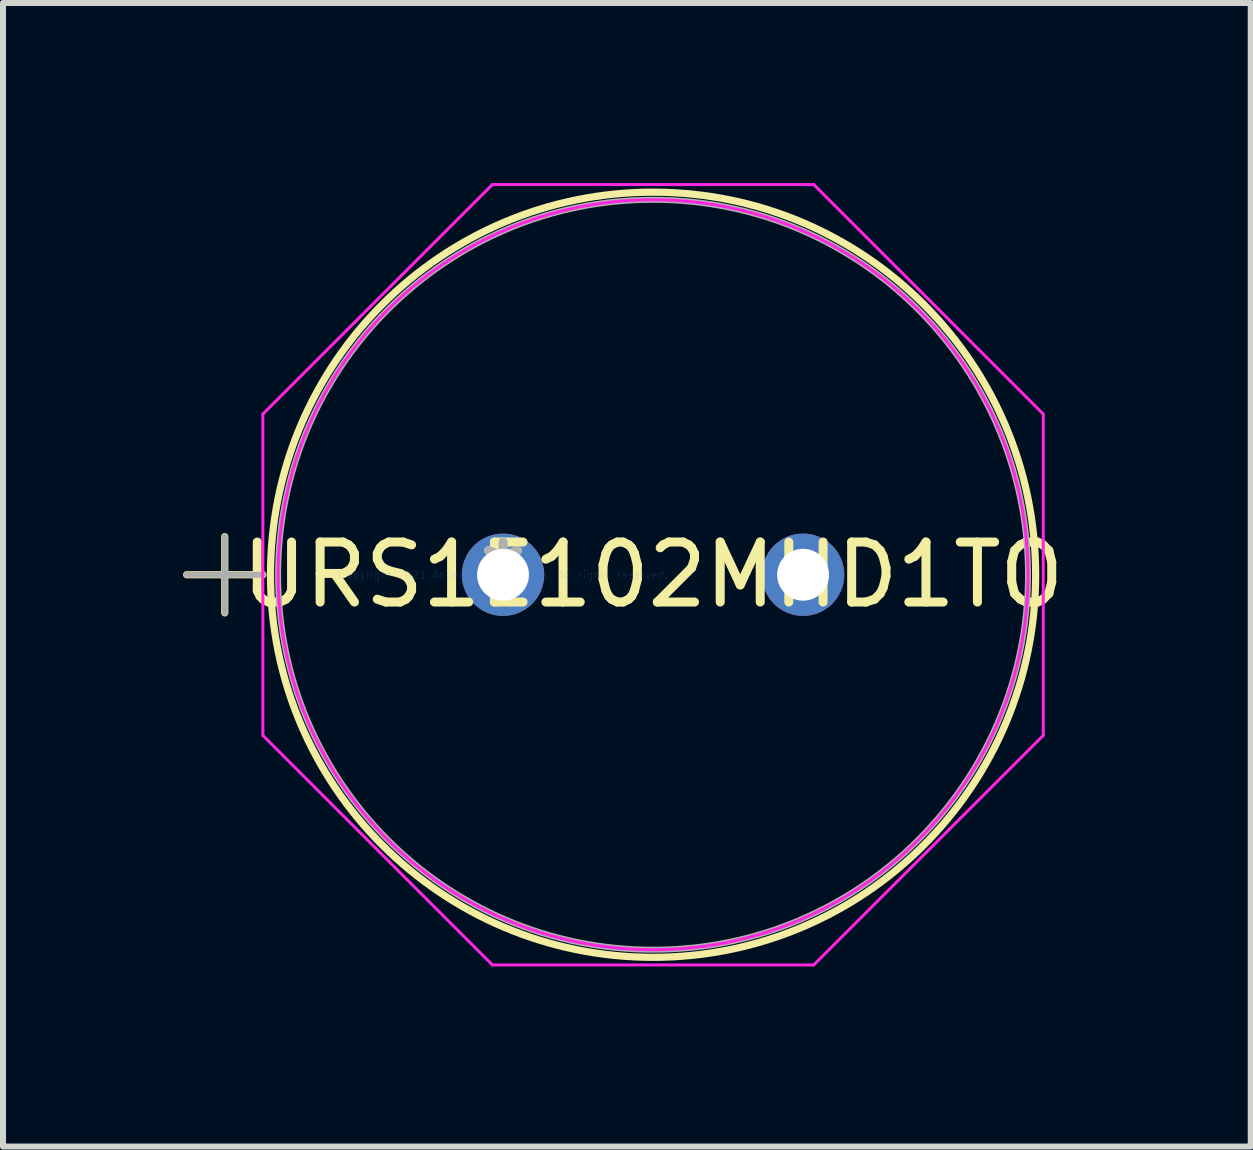
<source format=kicad_pcb>
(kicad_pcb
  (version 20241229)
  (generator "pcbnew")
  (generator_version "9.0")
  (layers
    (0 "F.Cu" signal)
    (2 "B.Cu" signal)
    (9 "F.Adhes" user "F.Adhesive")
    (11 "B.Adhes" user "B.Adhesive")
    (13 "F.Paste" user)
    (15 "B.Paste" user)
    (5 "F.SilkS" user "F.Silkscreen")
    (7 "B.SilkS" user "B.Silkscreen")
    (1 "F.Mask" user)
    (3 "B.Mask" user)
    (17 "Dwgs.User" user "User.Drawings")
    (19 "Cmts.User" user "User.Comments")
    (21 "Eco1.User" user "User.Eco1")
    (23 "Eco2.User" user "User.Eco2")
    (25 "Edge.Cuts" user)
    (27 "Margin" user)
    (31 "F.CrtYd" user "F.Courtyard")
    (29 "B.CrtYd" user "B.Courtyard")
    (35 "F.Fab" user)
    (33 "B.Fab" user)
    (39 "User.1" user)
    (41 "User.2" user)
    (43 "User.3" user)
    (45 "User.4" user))
  (footprint "URS1E102MHD1TO"
    (layer "F.Cu")
    (at 5.332 6.527)
    (property "Reference" "URS1E102MHD1TO" (at 2.5 0 0) (layer "F.SilkS") (effects (font (size 1 1) (thickness 0.15))))
    (attr through_hole)
    (fp_line (start -5.272 0) (end -4.002 0) (stroke (width 0.12) (type solid)) (layer "F.SilkS"))
    (fp_line (start -4.637 -0.635) (end -4.637 0.635) (stroke (width 0.12) (type solid)) (layer "F.SilkS"))
    (fp_circle (center 2.5 0) (end 8.875 0) (stroke (width 0.12) (type solid)) (fill no) (layer "F.SilkS"))
    (fp_line (start -4.002 -2.677) (end -0.177 -6.502) (stroke (width 0.05) (type solid)) (layer "F.CrtYd"))
    (fp_line (start -4.002 2.677) (end -4.002 -2.677) (stroke (width 0.05) (type solid)) (layer "F.CrtYd"))
    (fp_line (start -0.177 -6.502) (end 5.177 -6.502) (stroke (width 0.05) (type solid)) (layer "F.CrtYd"))
    (fp_line (start -0.177 6.502) (end -4.002 2.677) (stroke (width 0.05) (type solid)) (layer "F.CrtYd"))
    (fp_line (start 5.177 -6.502) (end 9.002 -2.677) (stroke (width 0.05) (type solid)) (layer "F.CrtYd"))
    (fp_line (start 5.177 6.502) (end -0.177 6.502) (stroke (width 0.05) (type solid)) (layer "F.CrtYd"))
    (fp_line (start 9.002 -2.677) (end 9.002 2.677) (stroke (width 0.05) (type solid)) (layer "F.CrtYd"))
    (fp_line (start 9.002 2.677) (end 5.177 6.502) (stroke (width 0.05) (type solid)) (layer "F.CrtYd"))
    (fp_circle (center 2.5 0) (end 8.748 0) (stroke (width 0.05) (type solid)) (fill no) (layer "F.CrtYd"))
    (fp_line (start -5.272 0) (end -4.002 0) (stroke (width 0.1) (type solid)) (layer "F.Fab"))
    (fp_line (start -4.637 -0.635) (end -4.637 0.635) (stroke (width 0.1) (type solid)) (layer "F.Fab"))
    (fp_circle (center 2.5 0) (end 8.748 0) (stroke (width 0.1) (type solid)) (fill no) (layer "F.Fab"))
    (fp_text user "*" (at 0 0 0) (layer "F.SilkS") (effects (font (size 1 1) (thickness 0.15))))
    (fp_text user "Copyright 2021 Accelerated Designs. All rights reserved." (at 0 0 0) (layer "Cmts.User") (effects (font (size 0.127 0.127) (thickness 0.002))))
    (fp_text user "*" (at 0 0 0) (layer "F.Fab") (effects (font (size 1 1) (thickness 0.15))))
    (pad "1" thru_hole circle (at 0 0) (size 1.372 1.372) (drill 0.864) (layers "*.Cu" "*.Mask"))
    (pad "2" thru_hole circle (at 5 0) (size 1.372 1.372) (drill 0.864) (layers "*.Cu" "*.Mask")))
  (gr_rect
    (start -3 -3)
    (end 17.791 16.055)
    (stroke (width 0.1) (type default))
    (fill no)
    (layer "Edge.Cuts")))
</source>
